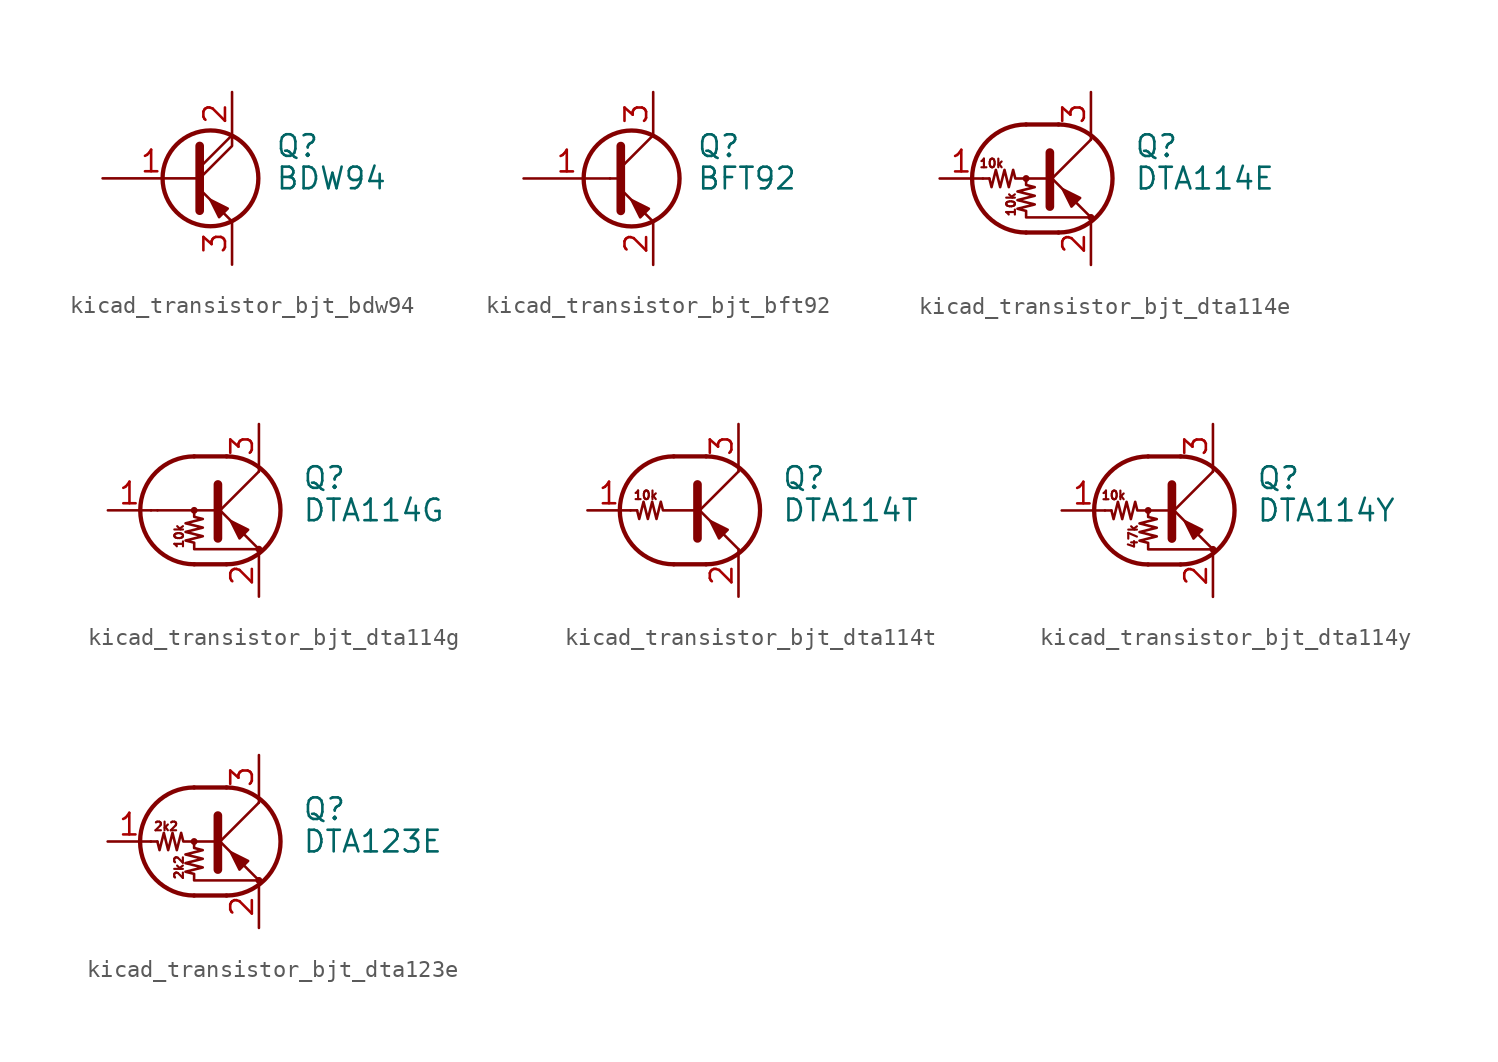
<source format=kicad_sym>
(kicad_symbol_lib
  (version 20220914)
  (generator kicad_symbol_editor)
  (symbol "kicad_transistor_bjt_bdw94"
    (pin_names
      (offset 0) hide)
    (property "Reference" "Q"
      (at 5.08 1.905 0)
      (effects (font (size 1.27 1.27)) (justify left)))
    (property "Value" "BDW94"
      (at 5.08 0 0)
      (effects (font (size 1.27 1.27)) (justify left)))
    (symbol "kicad_transistor_bjt_bdw94_0_1"
      (polyline (pts (xy 0.635 0.635) (xy 2.54 2.54)) (stroke (width 0) (type default)) (fill (type none)))
      (polyline (pts (xy 0.635 -0.635) (xy 2.54 -2.54) (xy 2.54 -2.54)) (stroke (width 0) (type default)) (fill (type none)))
      (polyline (pts (xy 0.635 0) (xy 2.54 1.905) (xy 2.54 2.54)) (stroke (width 0) (type default)) (fill (type none)))
      (polyline (pts (xy 0.635 1.905) (xy 0.635 -1.905) (xy 0.635 -1.905)) (stroke (width 0.508) (type default)) (fill (type none)))
      (polyline (pts (xy 2.286 -1.778) (xy 1.778 -2.286) (xy 1.27 -1.27) (xy 2.286 -1.778) (xy 2.286 -1.778)) (stroke (width 0) (type default)) (fill (type outline)))
      (circle (center 1.27 0) (radius 2.819) (stroke (width 0.254) (type default)) (fill (type none))))
    (symbol "kicad_transistor_bjt_bdw94_1_1"
      (pin input line (at -5.08 0 0) (length 5.715) (name "B" (effects (font (size 1.27 1.27)))) (number "1" (effects (font (size 1.27 1.27)))))
      (pin passive line (at 2.54 5.08 270) (length 2.54) (name "C" (effects (font (size 1.27 1.27)))) (number "2" (effects (font (size 1.27 1.27)))))
      (pin passive line (at 2.54 -5.08 90) (length 2.54) (name "E" (effects (font (size 1.27 1.27)))) (number "3" (effects (font (size 1.27 1.27)))))))
  (symbol "kicad_transistor_bjt_bft92"
    (pin_names
      (offset 0) hide)
    (property "Reference" "Q"
      (at 5.08 1.905 0)
      (effects (font (size 1.27 1.27)) (justify left)))
    (property "Value" "BFT92"
      (at 5.08 0 0)
      (effects (font (size 1.27 1.27)) (justify left)))
    (symbol "kicad_transistor_bjt_bft92_0_1"
      (polyline (pts (xy 0 0) (xy 0.635 0)) (stroke (width 0) (type default)) (fill (type none)))
      (polyline (pts (xy 0.635 0.635) (xy 2.54 2.54)) (stroke (width 0) (type default)) (fill (type none)))
      (polyline (pts (xy 2.54 -2.54) (xy 0.635 -0.635)) (stroke (width 0) (type default)) (fill (type none)))
      (polyline (pts (xy 0.635 1.905) (xy 0.635 0) (xy 0.635 -1.905) (xy 0.635 -1.905)) (stroke (width 0.508) (type default)) (fill (type none)))
      (polyline (pts (xy 1.27 -1.27) (xy 1.778 -2.286) (xy 2.286 -1.778) (xy 1.27 -1.27) (xy 1.27 -1.27)) (stroke (width 0) (type default)) (fill (type outline)))
      (circle (center 1.27 0) (radius 2.819) (stroke (width 0.254) (type default)) (fill (type none))))
    (symbol "kicad_transistor_bjt_bft92_1_1"
      (pin input line (at -5.08 0 0) (length 5.08) (name "B" (effects (font (size 1.27 1.27)))) (number "1" (effects (font (size 1.27 1.27)))))
      (pin passive line (at 2.54 -5.08 90) (length 2.54) (name "E" (effects (font (size 1.27 1.27)))) (number "2" (effects (font (size 1.27 1.27)))))
      (pin passive line (at 2.54 5.08 270) (length 2.54) (name "C" (effects (font (size 1.27 1.27)))) (number "3" (effects (font (size 1.27 1.27)))))))
  (symbol "kicad_transistor_bjt_dta114e"
    (pin_names
      (offset 0) hide)
    (property "Reference" "Q"
      (at 5.08 1.905 0)
      (effects (font (size 1.27 1.27)) (justify left)))
    (property "Value" "DTA114E"
      (at 5.08 0 0)
      (effects (font (size 1.27 1.27)) (justify left)))
    (symbol "kicad_transistor_bjt_dta114e_0_0"
      (text "10k" (at -3.302 0.889 0) (effects (font (size 0.508 0.508))))
      (text "10k" (at -2.159 -1.524 900) (effects (font (size 0.508 0.508)))))
    (symbol "kicad_transistor_bjt_dta114e_0_1"
      (circle (center -1.27 0) (radius 0.127) (stroke (width 0) (type default)) (fill (type none)))
      (arc (start -1.27 3.175) (mid -4.4312 0) (end -1.27 -3.175) (stroke (width 0.254) (type default)) (fill (type none)))
      (polyline (pts (xy -3.429 0) (xy -3.81 0)) (stroke (width 0) (type default)) (fill (type none)))
      (polyline (pts (xy -1.27 -3.175) (xy 0.635 -3.175)) (stroke (width 0.254) (type default)) (fill (type none)))
      (polyline (pts (xy -1.27 3.175) (xy 0.635 3.175)) (stroke (width 0.254) (type default)) (fill (type none)))
      (polyline (pts (xy 0 -0.254) (xy 2.54 2.286)) (stroke (width 0) (type default)) (fill (type none)))
      (polyline (pts (xy 0.127 1.524) (xy 0.127 -1.651)) (stroke (width 0.508) (type default)) (fill (type outline)))
      (polyline (pts (xy 2.54 2.286) (xy 2.54 2.54)) (stroke (width 0) (type default)) (fill (type none)))
      (polyline (pts (xy 2.54 -2.286) (xy 0 0.254) (xy 0 0.254)) (stroke (width 0) (type default)) (fill (type none)))
      (polyline (pts (xy 1.397 -1.651) (xy 1.905 -1.143) (xy 0.889 -0.635) (xy 1.397 -1.651)) (stroke (width 0) (type default)) (fill (type outline)))
      (polyline (pts (xy 0 0) (xy -1.905 0) (xy -2.032 0.508) (xy -2.286 -0.508) (xy -2.54 0.508) (xy -2.794 -0.508) (xy -3.048 0.508) (xy -3.302 -0.508) (xy -3.429 0)) (stroke (width 0) (type default)) (fill (type none)))
      (polyline (pts (xy -1.27 0) (xy -1.27 -0.381) (xy -0.762 -0.508) (xy -1.778 -0.762) (xy -0.762 -1.016) (xy -1.778 -1.27) (xy -0.762 -1.524) (xy -1.778 -1.778) (xy -1.27 -1.905) (xy -1.27 -2.286) (xy 2.54 -2.286)) (stroke (width 0) (type default)) (fill (type none)))
      (arc (start 0.635 -3.175) (mid 3.7962 0) (end 0.635 3.175) (stroke (width 0.254) (type default)) (fill (type none)))
      (circle (center 2.54 -2.286) (radius 0.127) (stroke (width 0) (type default)) (fill (type none))))
    (symbol "kicad_transistor_bjt_dta114e_1_1"
      (pin input line (at -6.35 0 0) (length 2.54) (name "B" (effects (font (size 1.27 1.27)))) (number "1" (effects (font (size 1.27 1.27)))))
      (pin passive line (at 2.54 -5.08 90) (length 2.54) (name "E" (effects (font (size 1.27 1.27)))) (number "2" (effects (font (size 1.27 1.27)))))
      (pin passive line (at 2.54 5.08 270) (length 2.54) (name "C" (effects (font (size 1.27 1.27)))) (number "3" (effects (font (size 1.27 1.27)))))))
  (symbol "kicad_transistor_bjt_dta114g"
    (pin_names
      (offset 0) hide)
    (property "Reference" "Q"
      (at 5.08 1.905 0)
      (effects (font (size 1.27 1.27)) (justify left)))
    (property "Value" "DTA114G"
      (at 5.08 0 0)
      (effects (font (size 1.27 1.27)) (justify left)))
    (symbol "kicad_transistor_bjt_dta114g_0_0"
      (polyline (pts (xy -3.429 0) (xy 0 0)) (stroke (width 0) (type default)) (fill (type none)))
      (text "10k" (at -2.159 -1.524 900) (effects (font (size 0.508 0.508)))))
    (symbol "kicad_transistor_bjt_dta114g_0_1"
      (circle (center -1.27 0) (radius 0.127) (stroke (width 0) (type default)) (fill (type none)))
      (arc (start -1.27 3.175) (mid -4.4312 0) (end -1.27 -3.175) (stroke (width 0.254) (type default)) (fill (type none)))
      (polyline (pts (xy -3.429 0) (xy -3.81 0)) (stroke (width 0) (type default)) (fill (type none)))
      (polyline (pts (xy -1.27 -3.175) (xy 0.635 -3.175)) (stroke (width 0.254) (type default)) (fill (type none)))
      (polyline (pts (xy -1.27 3.175) (xy 0.635 3.175)) (stroke (width 0.254) (type default)) (fill (type none)))
      (polyline (pts (xy 0 -0.254) (xy 2.54 2.286)) (stroke (width 0) (type default)) (fill (type none)))
      (polyline (pts (xy 0.127 1.524) (xy 0.127 -1.651)) (stroke (width 0.508) (type default)) (fill (type outline)))
      (polyline (pts (xy 2.54 2.286) (xy 2.54 2.54)) (stroke (width 0) (type default)) (fill (type none)))
      (polyline (pts (xy 2.54 -2.286) (xy 0 0.254) (xy 0 0.254)) (stroke (width 0) (type default)) (fill (type none)))
      (polyline (pts (xy 1.397 -1.651) (xy 1.905 -1.143) (xy 0.889 -0.635) (xy 1.397 -1.651)) (stroke (width 0) (type default)) (fill (type outline)))
      (polyline (pts (xy -1.27 0) (xy -1.27 -0.381) (xy -0.762 -0.508) (xy -1.778 -0.762) (xy -0.762 -1.016) (xy -1.778 -1.27) (xy -0.762 -1.524) (xy -1.778 -1.778) (xy -1.27 -1.905) (xy -1.27 -2.286) (xy 2.54 -2.286)) (stroke (width 0) (type default)) (fill (type none)))
      (arc (start 0.635 -3.175) (mid 3.7962 0) (end 0.635 3.175) (stroke (width 0.254) (type default)) (fill (type none)))
      (circle (center 2.54 -2.286) (radius 0.127) (stroke (width 0) (type default)) (fill (type none))))
    (symbol "kicad_transistor_bjt_dta114g_1_1"
      (pin input line (at -6.35 0 0) (length 2.54) (name "B" (effects (font (size 1.27 1.27)))) (number "1" (effects (font (size 1.27 1.27)))))
      (pin passive line (at 2.54 -5.08 90) (length 2.54) (name "E" (effects (font (size 1.27 1.27)))) (number "2" (effects (font (size 1.27 1.27)))))
      (pin passive line (at 2.54 5.08 270) (length 2.54) (name "C" (effects (font (size 1.27 1.27)))) (number "3" (effects (font (size 1.27 1.27)))))))
  (symbol "kicad_transistor_bjt_dta114t"
    (pin_names
      (offset 0) hide)
    (property "Reference" "Q"
      (at 5.08 1.905 0)
      (effects (font (size 1.27 1.27)) (justify left)))
    (property "Value" "DTA114T"
      (at 5.08 0 0)
      (effects (font (size 1.27 1.27)) (justify left)))
    (symbol "kicad_transistor_bjt_dta114t_0_0"
      (polyline (pts (xy 2.54 -2.286) (xy 2.54 -2.54)) (stroke (width 0) (type default)) (fill (type none)))
      (text "10k" (at -2.921 0.889 0) (effects (font (size 0.508 0.508)))))
    (symbol "kicad_transistor_bjt_dta114t_0_1"
      (arc (start -1.27 3.175) (mid -4.4312 0) (end -1.27 -3.175) (stroke (width 0.254) (type default)) (fill (type none)))
      (polyline (pts (xy -3.429 0) (xy -3.81 0)) (stroke (width 0) (type default)) (fill (type none)))
      (polyline (pts (xy -1.27 -3.175) (xy 0.635 -3.175)) (stroke (width 0.254) (type default)) (fill (type none)))
      (polyline (pts (xy -1.27 3.175) (xy 0.635 3.175)) (stroke (width 0.254) (type default)) (fill (type none)))
      (polyline (pts (xy 0 -0.254) (xy 2.54 2.286)) (stroke (width 0) (type default)) (fill (type none)))
      (polyline (pts (xy 0.127 1.524) (xy 0.127 -1.651)) (stroke (width 0.508) (type default)) (fill (type outline)))
      (polyline (pts (xy 2.54 2.286) (xy 2.54 2.54)) (stroke (width 0) (type default)) (fill (type none)))
      (polyline (pts (xy 2.54 -2.286) (xy 0 0.254) (xy 0 0.254)) (stroke (width 0) (type default)) (fill (type none)))
      (polyline (pts (xy 1.397 -1.651) (xy 1.905 -1.143) (xy 0.889 -0.635) (xy 1.397 -1.651)) (stroke (width 0) (type default)) (fill (type outline)))
      (polyline (pts (xy 0 0) (xy -1.905 0) (xy -2.032 0.508) (xy -2.286 -0.508) (xy -2.54 0.508) (xy -2.794 -0.508) (xy -3.048 0.508) (xy -3.302 -0.508) (xy -3.429 0)) (stroke (width 0) (type default)) (fill (type none)))
      (arc (start 0.635 -3.175) (mid 3.7962 0) (end 0.635 3.175) (stroke (width 0.254) (type default)) (fill (type none))))
    (symbol "kicad_transistor_bjt_dta114t_1_1"
      (pin input line (at -6.35 0 0) (length 2.54) (name "B" (effects (font (size 1.27 1.27)))) (number "1" (effects (font (size 1.27 1.27)))))
      (pin passive line (at 2.54 -5.08 90) (length 2.54) (name "E" (effects (font (size 1.27 1.27)))) (number "2" (effects (font (size 1.27 1.27)))))
      (pin passive line (at 2.54 5.08 270) (length 2.54) (name "C" (effects (font (size 1.27 1.27)))) (number "3" (effects (font (size 1.27 1.27)))))))
  (symbol "kicad_transistor_bjt_dta114y"
    (pin_names
      (offset 0) hide)
    (property "Reference" "Q"
      (at 5.08 1.905 0)
      (effects (font (size 1.27 1.27)) (justify left)))
    (property "Value" "DTA114Y"
      (at 5.08 0 0)
      (effects (font (size 1.27 1.27)) (justify left)))
    (symbol "kicad_transistor_bjt_dta114y_0_0"
      (text "10k" (at -3.302 0.889 0) (effects (font (size 0.508 0.508))))
      (text "47k" (at -2.159 -1.524 900) (effects (font (size 0.508 0.508)))))
    (symbol "kicad_transistor_bjt_dta114y_0_1"
      (circle (center -1.27 0) (radius 0.127) (stroke (width 0) (type default)) (fill (type none)))
      (arc (start -1.27 3.175) (mid -4.4312 0) (end -1.27 -3.175) (stroke (width 0.254) (type default)) (fill (type none)))
      (polyline (pts (xy -3.429 0) (xy -3.81 0)) (stroke (width 0) (type default)) (fill (type none)))
      (polyline (pts (xy -1.27 -3.175) (xy 0.635 -3.175)) (stroke (width 0.254) (type default)) (fill (type none)))
      (polyline (pts (xy -1.27 3.175) (xy 0.635 3.175)) (stroke (width 0.254) (type default)) (fill (type none)))
      (polyline (pts (xy 0 -0.254) (xy 2.54 2.286)) (stroke (width 0) (type default)) (fill (type none)))
      (polyline (pts (xy 0.127 1.524) (xy 0.127 -1.651)) (stroke (width 0.508) (type default)) (fill (type outline)))
      (polyline (pts (xy 2.54 2.286) (xy 2.54 2.54)) (stroke (width 0) (type default)) (fill (type none)))
      (polyline (pts (xy 2.54 -2.286) (xy 0 0.254) (xy 0 0.254)) (stroke (width 0) (type default)) (fill (type none)))
      (polyline (pts (xy 1.397 -1.651) (xy 1.905 -1.143) (xy 0.889 -0.635) (xy 1.397 -1.651)) (stroke (width 0) (type default)) (fill (type outline)))
      (polyline (pts (xy 0 0) (xy -1.905 0) (xy -2.032 0.508) (xy -2.286 -0.508) (xy -2.54 0.508) (xy -2.794 -0.508) (xy -3.048 0.508) (xy -3.302 -0.508) (xy -3.429 0)) (stroke (width 0) (type default)) (fill (type none)))
      (polyline (pts (xy -1.27 0) (xy -1.27 -0.381) (xy -0.762 -0.508) (xy -1.778 -0.762) (xy -0.762 -1.016) (xy -1.778 -1.27) (xy -0.762 -1.524) (xy -1.778 -1.778) (xy -1.27 -1.905) (xy -1.27 -2.286) (xy 2.54 -2.286)) (stroke (width 0) (type default)) (fill (type none)))
      (arc (start 0.635 -3.175) (mid 3.7962 0) (end 0.635 3.175) (stroke (width 0.254) (type default)) (fill (type none)))
      (circle (center 2.54 -2.286) (radius 0.127) (stroke (width 0) (type default)) (fill (type none))))
    (symbol "kicad_transistor_bjt_dta114y_1_1"
      (pin input line (at -6.35 0 0) (length 2.54) (name "B" (effects (font (size 1.27 1.27)))) (number "1" (effects (font (size 1.27 1.27)))))
      (pin passive line (at 2.54 -5.08 90) (length 2.54) (name "E" (effects (font (size 1.27 1.27)))) (number "2" (effects (font (size 1.27 1.27)))))
      (pin passive line (at 2.54 5.08 270) (length 2.54) (name "C" (effects (font (size 1.27 1.27)))) (number "3" (effects (font (size 1.27 1.27)))))))
  (symbol "kicad_transistor_bjt_dta123e"
    (pin_names
      (offset 0) hide)
    (property "Reference" "Q"
      (at 5.08 1.905 0)
      (effects (font (size 1.27 1.27)) (justify left)))
    (property "Value" "DTA123E"
      (at 5.08 0 0)
      (effects (font (size 1.27 1.27)) (justify left)))
    (symbol "kicad_transistor_bjt_dta123e_0_0"
      (text "2k2" (at -2.921 0.889 0) (effects (font (size 0.508 0.508))))
      (text "2k2" (at -2.159 -1.524 900) (effects (font (size 0.508 0.508)))))
    (symbol "kicad_transistor_bjt_dta123e_0_1"
      (circle (center -1.27 0) (radius 0.127) (stroke (width 0) (type default)) (fill (type none)))
      (arc (start -1.27 3.175) (mid -4.4312 0) (end -1.27 -3.175) (stroke (width 0.254) (type default)) (fill (type none)))
      (polyline (pts (xy -3.429 0) (xy -3.81 0)) (stroke (width 0) (type default)) (fill (type none)))
      (polyline (pts (xy -1.27 -3.175) (xy 0.635 -3.175)) (stroke (width 0.254) (type default)) (fill (type none)))
      (polyline (pts (xy -1.27 3.175) (xy 0.635 3.175)) (stroke (width 0.254) (type default)) (fill (type none)))
      (polyline (pts (xy 0 -0.254) (xy 2.54 2.286)) (stroke (width 0) (type default)) (fill (type none)))
      (polyline (pts (xy 0.127 1.524) (xy 0.127 -1.651)) (stroke (width 0.508) (type default)) (fill (type outline)))
      (polyline (pts (xy 2.54 2.286) (xy 2.54 2.54)) (stroke (width 0) (type default)) (fill (type none)))
      (polyline (pts (xy 2.54 -2.286) (xy 0 0.254) (xy 0 0.254)) (stroke (width 0) (type default)) (fill (type none)))
      (polyline (pts (xy 1.397 -1.651) (xy 1.905 -1.143) (xy 0.889 -0.635) (xy 1.397 -1.651)) (stroke (width 0) (type default)) (fill (type outline)))
      (polyline (pts (xy 0 0) (xy -1.905 0) (xy -2.032 0.508) (xy -2.286 -0.508) (xy -2.54 0.508) (xy -2.794 -0.508) (xy -3.048 0.508) (xy -3.302 -0.508) (xy -3.429 0)) (stroke (width 0) (type default)) (fill (type none)))
      (polyline (pts (xy -1.27 0) (xy -1.27 -0.381) (xy -0.762 -0.508) (xy -1.778 -0.762) (xy -0.762 -1.016) (xy -1.778 -1.27) (xy -0.762 -1.524) (xy -1.778 -1.778) (xy -1.27 -1.905) (xy -1.27 -2.286) (xy 2.54 -2.286)) (stroke (width 0) (type default)) (fill (type none)))
      (arc (start 0.635 -3.175) (mid 3.7962 0) (end 0.635 3.175) (stroke (width 0.254) (type default)) (fill (type none)))
      (circle (center 2.54 -2.286) (radius 0.127) (stroke (width 0) (type default)) (fill (type none))))
    (symbol "kicad_transistor_bjt_dta123e_1_1"
      (pin input line (at -6.35 0 0) (length 2.54) (name "B" (effects (font (size 1.27 1.27)))) (number "1" (effects (font (size 1.27 1.27)))))
      (pin passive line (at 2.54 -5.08 90) (length 2.54) (name "E" (effects (font (size 1.27 1.27)))) (number "2" (effects (font (size 1.27 1.27)))))
      (pin passive line (at 2.54 5.08 270) (length 2.54) (name "C" (effects (font (size 1.27 1.27)))) (number "3" (effects (font (size 1.27 1.27))))))))
</source>
